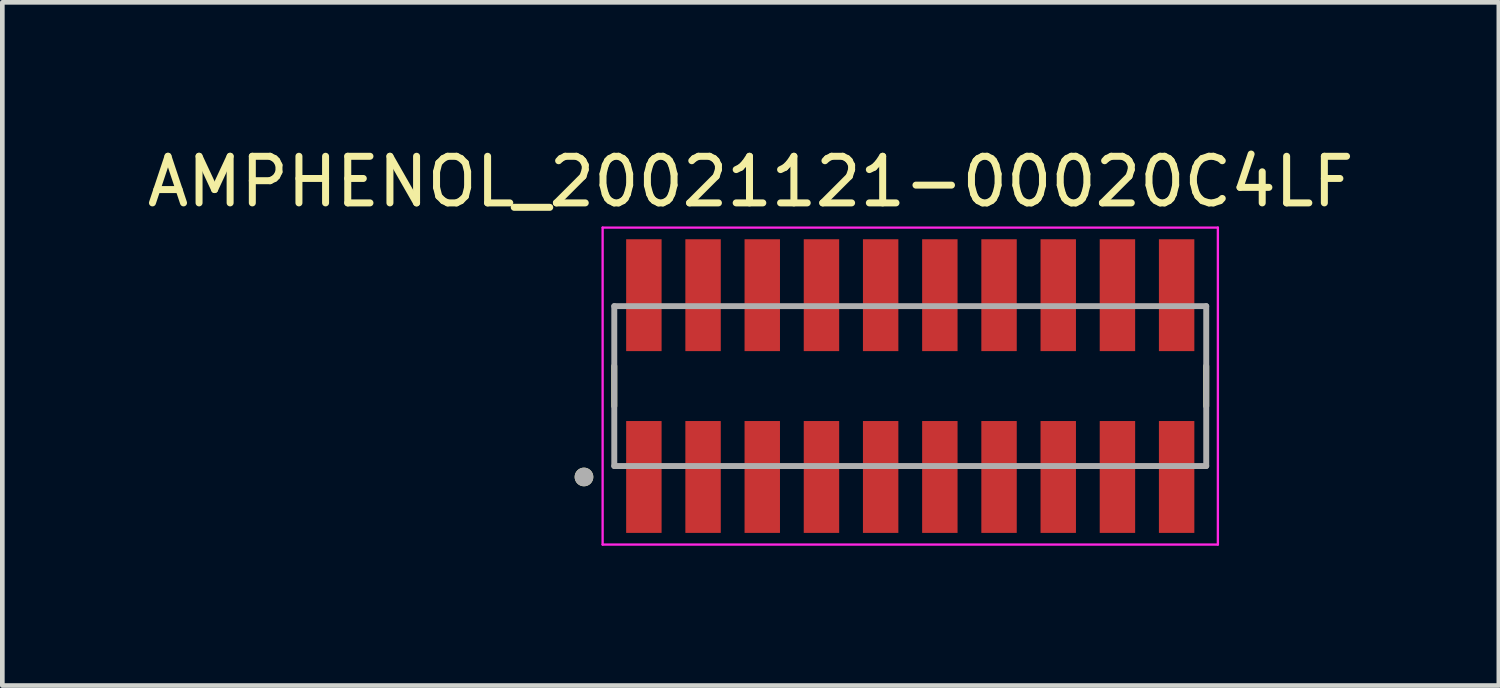
<source format=kicad_pcb>
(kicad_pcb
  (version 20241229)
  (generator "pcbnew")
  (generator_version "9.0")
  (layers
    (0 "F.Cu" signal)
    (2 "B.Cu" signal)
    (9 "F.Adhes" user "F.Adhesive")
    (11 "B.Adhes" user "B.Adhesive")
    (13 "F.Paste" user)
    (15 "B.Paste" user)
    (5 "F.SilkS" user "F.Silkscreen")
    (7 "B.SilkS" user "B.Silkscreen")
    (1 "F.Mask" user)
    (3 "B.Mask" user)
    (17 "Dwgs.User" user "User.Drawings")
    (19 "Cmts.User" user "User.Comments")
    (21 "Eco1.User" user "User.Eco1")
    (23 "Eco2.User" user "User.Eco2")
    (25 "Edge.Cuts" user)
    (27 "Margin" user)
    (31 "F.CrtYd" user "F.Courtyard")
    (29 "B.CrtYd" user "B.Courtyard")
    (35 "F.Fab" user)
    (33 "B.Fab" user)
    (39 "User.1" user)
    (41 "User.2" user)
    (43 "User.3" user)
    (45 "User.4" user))
  (footprint "AMPHENOL_20021121-00020C4LF"
    (layer "F.Cu")
    (at 16.479 5.233)
    (property "Reference" "AMPHENOL_20021121-00020C4LF" (at -3.425 -4.385 0) (layer "F.SilkS") (effects (font (size 1 1) (thickness 0.15))))
    (attr smd)
    (fp_line (start -6.35 0.43) (end -6.35 -0.43) (stroke (width 0.127) (type solid)) (layer "F.SilkS"))
    (fp_line (start 6.35 -0.43) (end 6.35 0.43) (stroke (width 0.127) (type solid)) (layer "F.SilkS"))
    (fp_circle (center -7 1.95) (end -6.9 1.95) (stroke (width 0.2) (type solid)) (fill no) (layer "F.SilkS"))
    (fp_line (start -6.6 -3.4) (end 6.6 -3.4) (stroke (width 0.05) (type solid)) (layer "F.CrtYd"))
    (fp_line (start -6.6 3.4) (end -6.6 -3.4) (stroke (width 0.05) (type solid)) (layer "F.CrtYd"))
    (fp_line (start 6.6 -3.4) (end 6.6 3.4) (stroke (width 0.05) (type solid)) (layer "F.CrtYd"))
    (fp_line (start 6.6 3.4) (end -6.6 3.4) (stroke (width 0.05) (type solid)) (layer "F.CrtYd"))
    (fp_line (start -6.35 -1.715) (end 6.35 -1.715) (stroke (width 0.127) (type solid)) (layer "F.Fab"))
    (fp_line (start -6.35 1.715) (end -6.35 -1.715) (stroke (width 0.127) (type solid)) (layer "F.Fab"))
    (fp_line (start -6.35 1.715) (end 6.35 1.715) (stroke (width 0.127) (type solid)) (layer "F.Fab"))
    (fp_line (start 6.35 -1.715) (end 6.35 1.715) (stroke (width 0.127) (type solid)) (layer "F.Fab"))
    (fp_circle (center -7 1.95) (end -6.9 1.95) (stroke (width 0.2) (type solid)) (fill no) (layer "F.Fab"))
    (pad "1" smd rect (at -5.715 1.95) (size 0.76 2.4) (layers "F.Cu" "F.Mask" "F.Paste"))
    (pad "2" smd rect (at -5.715 -1.95) (size 0.76 2.4) (layers "F.Cu" "F.Mask" "F.Paste"))
    (pad "3" smd rect (at -4.445 1.95) (size 0.76 2.4) (layers "F.Cu" "F.Mask" "F.Paste"))
    (pad "4" smd rect (at -4.445 -1.95) (size 0.76 2.4) (layers "F.Cu" "F.Mask" "F.Paste"))
    (pad "5" smd rect (at -3.175 1.95) (size 0.76 2.4) (layers "F.Cu" "F.Mask" "F.Paste"))
    (pad "6" smd rect (at -3.175 -1.95) (size 0.76 2.4) (layers "F.Cu" "F.Mask" "F.Paste"))
    (pad "7" smd rect (at -1.905 1.95) (size 0.76 2.4) (layers "F.Cu" "F.Mask" "F.Paste"))
    (pad "8" smd rect (at -1.905 -1.95) (size 0.76 2.4) (layers "F.Cu" "F.Mask" "F.Paste"))
    (pad "9" smd rect (at -0.635 1.95) (size 0.76 2.4) (layers "F.Cu" "F.Mask" "F.Paste"))
    (pad "10" smd rect (at -0.635 -1.95) (size 0.76 2.4) (layers "F.Cu" "F.Mask" "F.Paste"))
    (pad "11" smd rect (at 0.635 1.95) (size 0.76 2.4) (layers "F.Cu" "F.Mask" "F.Paste"))
    (pad "12" smd rect (at 0.635 -1.95) (size 0.76 2.4) (layers "F.Cu" "F.Mask" "F.Paste"))
    (pad "13" smd rect (at 1.905 1.95) (size 0.76 2.4) (layers "F.Cu" "F.Mask" "F.Paste"))
    (pad "14" smd rect (at 1.905 -1.95) (size 0.76 2.4) (layers "F.Cu" "F.Mask" "F.Paste"))
    (pad "15" smd rect (at 3.175 1.95) (size 0.76 2.4) (layers "F.Cu" "F.Mask" "F.Paste"))
    (pad "16" smd rect (at 3.175 -1.95) (size 0.76 2.4) (layers "F.Cu" "F.Mask" "F.Paste"))
    (pad "17" smd rect (at 4.445 1.95) (size 0.76 2.4) (layers "F.Cu" "F.Mask" "F.Paste"))
    (pad "18" smd rect (at 4.445 -1.95) (size 0.76 2.4) (layers "F.Cu" "F.Mask" "F.Paste"))
    (pad "19" smd rect (at 5.715 1.95) (size 0.76 2.4) (layers "F.Cu" "F.Mask" "F.Paste"))
    (pad "20" smd rect (at 5.715 -1.95) (size 0.76 2.4) (layers "F.Cu" "F.Mask" "F.Paste")))
  (gr_rect
    (start -3 -3)
    (end 29.107 11.658)
    (stroke (width 0.1) (type default))
    (fill no)
    (layer "Edge.Cuts")))
</source>
